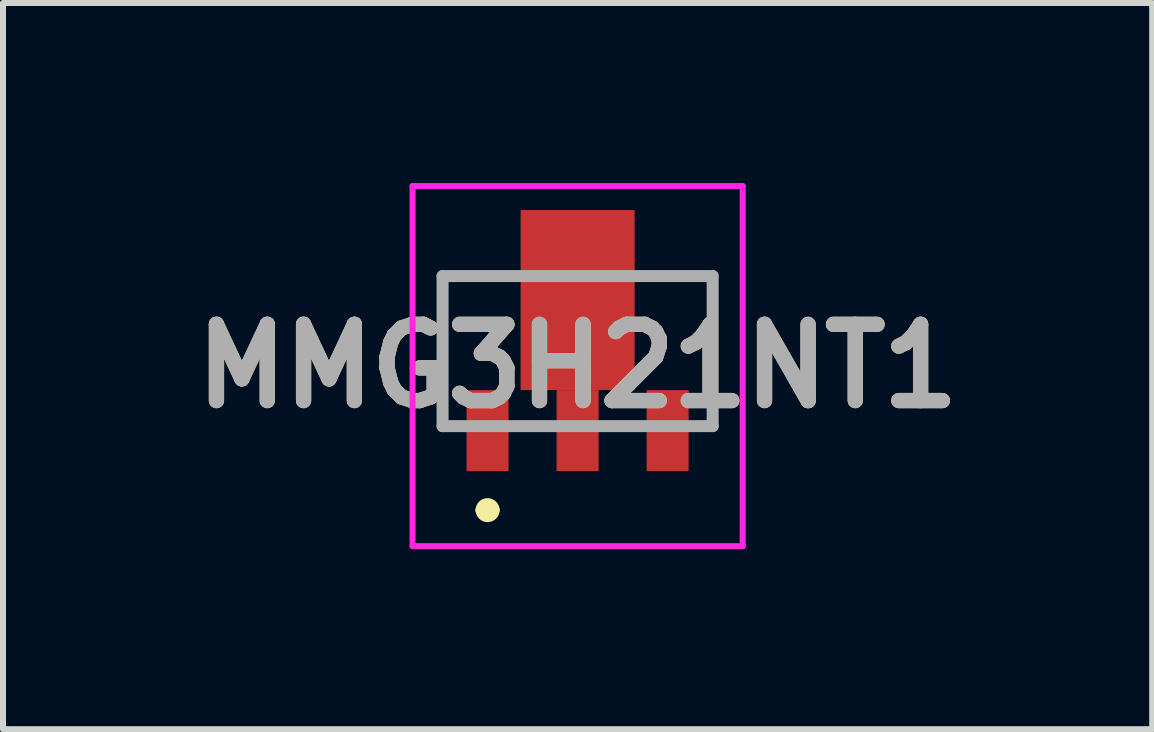
<source format=kicad_pcb>
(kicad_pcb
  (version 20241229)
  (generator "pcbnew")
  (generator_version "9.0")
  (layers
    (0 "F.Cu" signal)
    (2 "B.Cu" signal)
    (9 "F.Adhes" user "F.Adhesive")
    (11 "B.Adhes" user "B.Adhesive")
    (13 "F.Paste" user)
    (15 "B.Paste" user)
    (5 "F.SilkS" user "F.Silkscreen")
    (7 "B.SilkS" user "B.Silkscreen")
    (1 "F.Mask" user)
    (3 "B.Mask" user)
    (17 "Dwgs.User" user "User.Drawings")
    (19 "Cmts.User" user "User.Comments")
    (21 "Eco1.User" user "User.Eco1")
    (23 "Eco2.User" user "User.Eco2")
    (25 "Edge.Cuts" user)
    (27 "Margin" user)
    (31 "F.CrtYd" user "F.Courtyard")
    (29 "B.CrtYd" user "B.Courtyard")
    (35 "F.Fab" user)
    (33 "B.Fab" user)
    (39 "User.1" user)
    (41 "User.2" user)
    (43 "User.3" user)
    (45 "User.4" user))
  (footprint "MMG3H21NT1"
    (layer "F.Cu")
    (at 6.574 3.05)
    (property "Reference" "MMG3H21NT1" (at 0 0 0) (layer "F.SilkS") (effects (font (size 1.27 1.27) (thickness 0.254))))
    (attr smd)
    (fp_line (start -2.25 -1.5) (end -1.5 -1.5) (stroke (width 0.1) (type solid)) (layer "F.SilkS"))
    (fp_line (start -2.25 1) (end -2.25 -1.5) (stroke (width 0.1) (type solid)) (layer "F.SilkS"))
    (fp_line (start -1.6 2.4) (end -1.6 2.4) (stroke (width 0.2) (type solid)) (layer "F.SilkS"))
    (fp_line (start -1.4 2.4) (end -1.4 2.4) (stroke (width 0.2) (type solid)) (layer "F.SilkS"))
    (fp_line (start 2.25 -1.5) (end 1.5 -1.5) (stroke (width 0.1) (type solid)) (layer "F.SilkS"))
    (fp_line (start 2.25 1) (end 2.25 -1.5) (stroke (width 0.1) (type solid)) (layer "F.SilkS"))
    (fp_arc (start -1.6 2.4) (mid -1.5 2.3) (end -1.4 2.4) (stroke (width 0.2) (type solid)) (layer "F.SilkS"))
    (fp_arc (start -1.4 2.4) (mid -1.5 2.5) (end -1.6 2.4) (stroke (width 0.2) (type solid)) (layer "F.SilkS"))
    (fp_line (start -2.75 -3) (end -2.75 3) (stroke (width 0.1) (type solid)) (layer "F.CrtYd"))
    (fp_line (start -2.75 3) (end 2.75 3) (stroke (width 0.1) (type solid)) (layer "F.CrtYd"))
    (fp_line (start 2.75 -3) (end -2.75 -3) (stroke (width 0.1) (type solid)) (layer "F.CrtYd"))
    (fp_line (start 2.75 3) (end 2.75 -3) (stroke (width 0.1) (type solid)) (layer "F.CrtYd"))
    (fp_line (start -2.25 -1.5) (end -2.25 1) (stroke (width 0.2) (type solid)) (layer "F.Fab"))
    (fp_line (start -2.25 1) (end 2.25 1) (stroke (width 0.2) (type solid)) (layer "F.Fab"))
    (fp_line (start 2.25 -1.5) (end -2.25 -1.5) (stroke (width 0.2) (type solid)) (layer "F.Fab"))
    (fp_line (start 2.25 1) (end 2.25 -1.5) (stroke (width 0.2) (type solid)) (layer "F.Fab"))
    (fp_text user "${REFERENCE}" (at 0 0 0) (layer "F.Fab") (effects (font (size 1.27 1.27) (thickness 0.254))))
    (pad "1" smd rect (at -1.5 1.075) (size 0.7 1.35) (layers "F.Cu" "F.Mask" "F.Paste"))
    (pad "2" smd rect (at 0 1.075) (size 0.7 1.35) (layers "F.Cu" "F.Mask" "F.Paste"))
    (pad "3" smd rect (at 1.5 1.075) (size 0.7 1.35) (layers "F.Cu" "F.Mask" "F.Paste"))
    (pad "4" smd rect (at 0 -1.1) (size 1.9 3) (layers "F.Cu" "F.Mask" "F.Paste")))
  (gr_rect
    (start -3 -3)
    (end 16.148 9.1)
    (stroke (width 0.1) (type default))
    (fill no)
    (layer "Edge.Cuts")))
</source>
